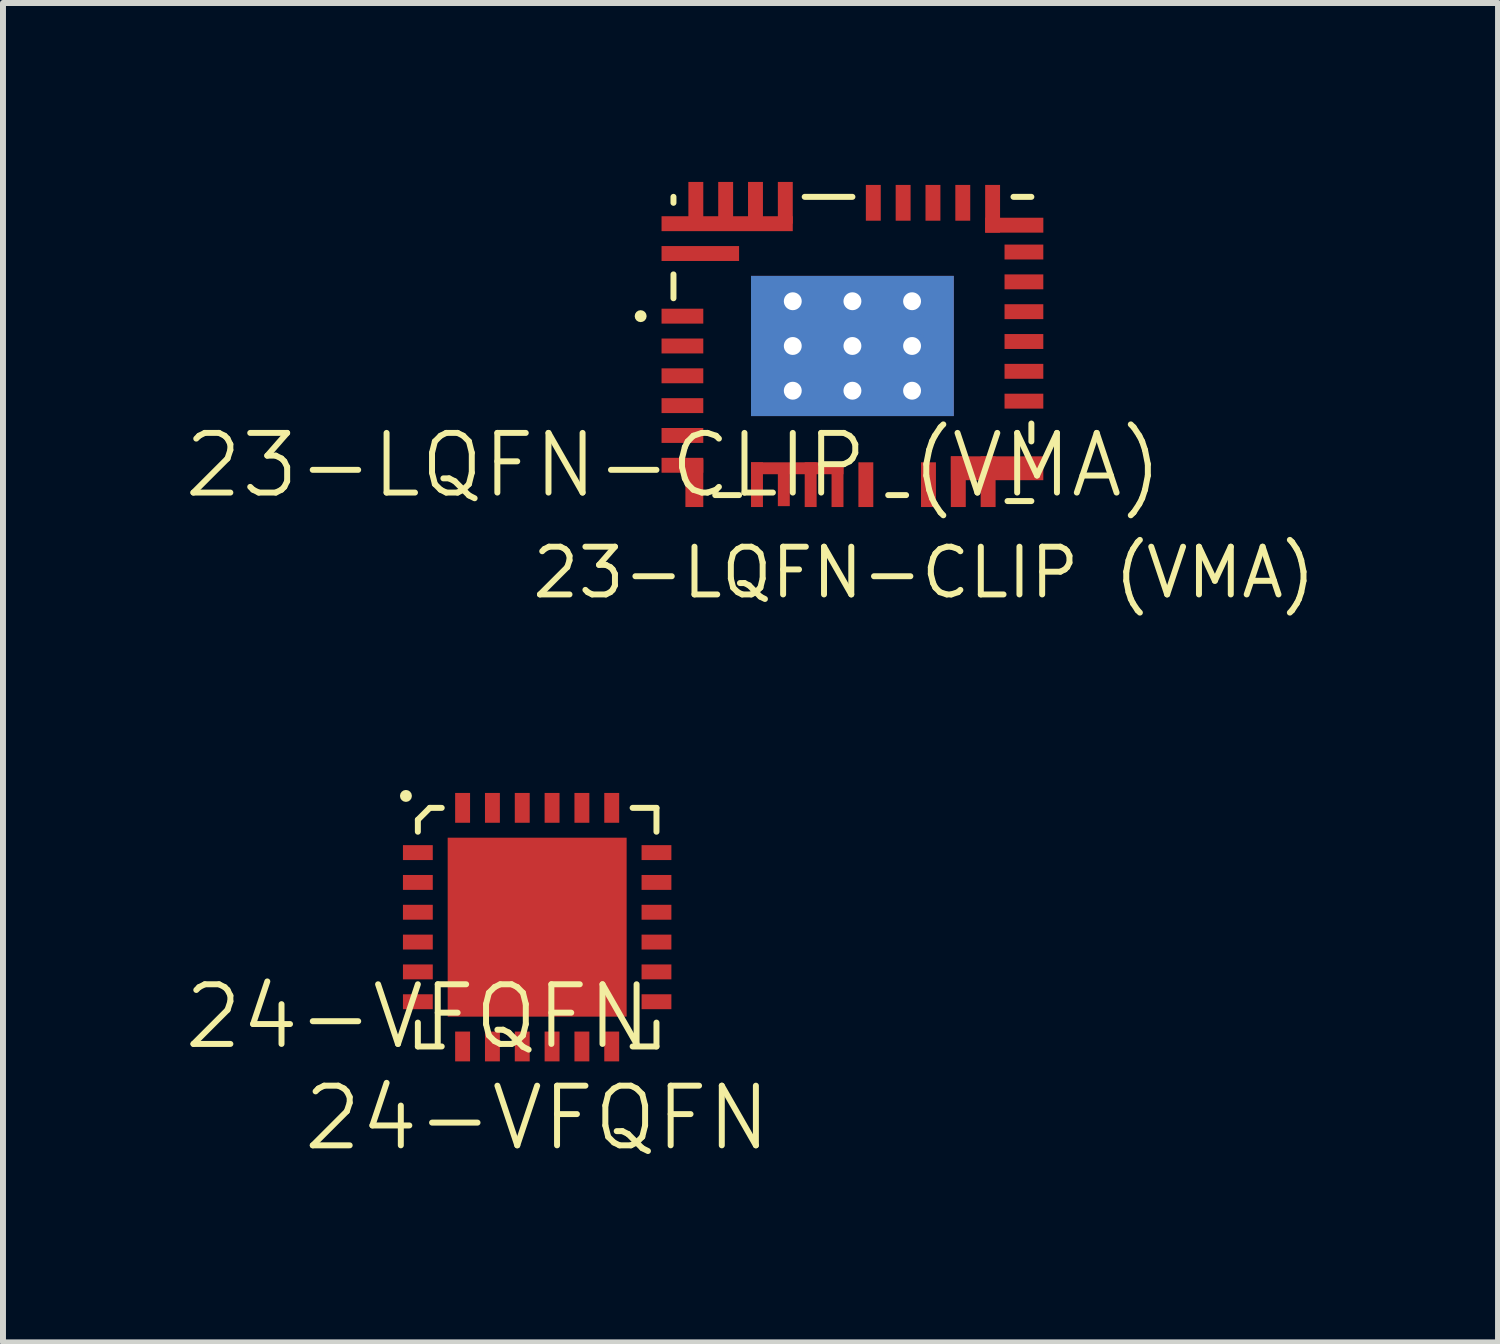
<source format=kicad_pcb>
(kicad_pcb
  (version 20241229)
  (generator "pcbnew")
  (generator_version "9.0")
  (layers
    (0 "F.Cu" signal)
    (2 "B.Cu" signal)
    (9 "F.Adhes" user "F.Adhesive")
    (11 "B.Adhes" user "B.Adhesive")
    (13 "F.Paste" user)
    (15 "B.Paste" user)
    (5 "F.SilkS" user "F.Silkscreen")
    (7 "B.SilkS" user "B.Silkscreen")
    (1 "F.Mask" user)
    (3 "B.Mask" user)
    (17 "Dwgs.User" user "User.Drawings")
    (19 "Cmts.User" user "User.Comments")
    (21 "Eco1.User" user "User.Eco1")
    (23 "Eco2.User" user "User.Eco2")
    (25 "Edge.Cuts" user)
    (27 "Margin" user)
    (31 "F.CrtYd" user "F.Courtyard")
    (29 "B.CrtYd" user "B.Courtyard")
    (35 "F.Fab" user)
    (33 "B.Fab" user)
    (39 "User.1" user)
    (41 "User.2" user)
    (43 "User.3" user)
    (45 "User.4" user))
  (footprint "24-VFQFN"
    (layer "F.Cu")
    (at 3.955 14.493)
    (property "Reference" "24-VFQFN" (at 0 -0.5 0) (unlocked yes) (layer "F.SilkS") (effects (font (size 1 1) (thickness 0.1))))
    (attr smd)
    (fp_line (start 0 -3.8) (end 0.2 -4) (stroke (width 0.1) (type default)) (layer "F.SilkS"))
    (fp_line (start 0 -3.6) (end 0 -3.8) (stroke (width 0.1) (type default)) (layer "F.SilkS"))
    (fp_line (start 0 0) (end 0 -0.4) (stroke (width 0.1) (type default)) (layer "F.SilkS"))
    (fp_line (start 0 0) (end 0.4 0) (stroke (width 0.1) (type default)) (layer "F.SilkS"))
    (fp_line (start 0.2 -4) (end 0.4 -4) (stroke (width 0.1) (type default)) (layer "F.SilkS"))
    (fp_line (start 3.6 -4) (end 4 -4) (stroke (width 0.1) (type default)) (layer "F.SilkS"))
    (fp_line (start 3.6 0) (end 4 0) (stroke (width 0.1) (type default)) (layer "F.SilkS"))
    (fp_line (start 4 -3.6) (end 4 -4) (stroke (width 0.1) (type default)) (layer "F.SilkS"))
    (fp_line (start 4 0) (end 4 -0.4) (stroke (width 0.1) (type default)) (layer "F.SilkS"))
    (fp_circle (center -0.2 -4.2) (end -0.15 -4.2) (stroke (width 0.1) (type solid)) (fill no) (layer "F.SilkS"))
    (fp_text user "${REFERENCE}" (at 2 1.2 0) (unlocked yes) (layer "F.SilkS") (effects (font (size 1 1) (thickness 0.1))))
    (pad "1" smd rect (at 0 -3.25) (size 0.5 0.25) (layers "F.Cu" "F.Mask" "F.Paste"))
    (pad "2" smd rect (at 0 -2.75) (size 0.5 0.25) (layers "F.Cu" "F.Mask" "F.Paste"))
    (pad "3" smd rect (at 0 -2.25) (size 0.5 0.25) (layers "F.Cu" "F.Mask" "F.Paste"))
    (pad "4" smd rect (at 0 -1.75) (size 0.5 0.25) (layers "F.Cu" "F.Mask" "F.Paste"))
    (pad "5" smd rect (at 0 -1.25) (size 0.5 0.25) (layers "F.Cu" "F.Mask" "F.Paste"))
    (pad "6" smd rect (at 0 -0.75) (size 0.5 0.25) (layers "F.Cu" "F.Mask" "F.Paste"))
    (pad "7" smd rect (at 0.75 0 270) (size 0.5 0.25) (layers "F.Cu" "F.Mask" "F.Paste"))
    (pad "8" smd rect (at 1.25 0 270) (size 0.5 0.25) (layers "F.Cu" "F.Mask" "F.Paste"))
    (pad "9" smd rect (at 1.75 0 270) (size 0.5 0.25) (layers "F.Cu" "F.Mask" "F.Paste"))
    (pad "10" smd rect (at 2.25 0 270) (size 0.5 0.25) (layers "F.Cu" "F.Mask" "F.Paste"))
    (pad "11" smd rect (at 2.75 0 270) (size 0.5 0.25) (layers "F.Cu" "F.Mask" "F.Paste"))
    (pad "12" smd rect (at 3.25 0 270) (size 0.5 0.25) (layers "F.Cu" "F.Mask" "F.Paste"))
    (pad "13" smd rect (at 4 -0.75) (size 0.5 0.25) (layers "F.Cu" "F.Mask" "F.Paste"))
    (pad "14" smd rect (at 4 -1.25) (size 0.5 0.25) (layers "F.Cu" "F.Mask" "F.Paste"))
    (pad "15" smd rect (at 4 -1.75) (size 0.5 0.25) (layers "F.Cu" "F.Mask" "F.Paste"))
    (pad "16" smd rect (at 4 -2.75) (size 0.5 0.25) (layers "F.Cu" "F.Mask" "F.Paste"))
    (pad "17" smd rect (at 4 -2.25) (size 0.5 0.25) (layers "F.Cu" "F.Mask" "F.Paste"))
    (pad "18" smd rect (at 4 -3.25) (size 0.5 0.25) (layers "F.Cu" "F.Mask" "F.Paste"))
    (pad "19" smd rect (at 3.25 -4 270) (size 0.5 0.25) (layers "F.Cu" "F.Mask" "F.Paste"))
    (pad "20" smd rect (at 2.75 -4 270) (size 0.5 0.25) (layers "F.Cu" "F.Mask" "F.Paste"))
    (pad "21" smd rect (at 2.25 -4 270) (size 0.5 0.25) (layers "F.Cu" "F.Mask" "F.Paste"))
    (pad "22" smd rect (at 1.75 -4 270) (size 0.5 0.25) (layers "F.Cu" "F.Mask" "F.Paste"))
    (pad "23" smd rect (at 1.25 -4 270) (size 0.5 0.25) (layers "F.Cu" "F.Mask" "F.Paste"))
    (pad "24" smd rect (at 0.75 -4 270) (size 0.5 0.25) (layers "F.Cu" "F.Mask" "F.Paste"))
    (pad "Shield" smd rect (at 2 -2) (size 3 3) (layers "F.Cu" "F.Mask" "F.Paste")))
  (footprint "23-LQFN-CLIP (VMA)"
    (layer "F.Cu")
    (at 8.24 5.25)
    (property "Reference" "23-LQFN-CLIP (VMA)" (at 0 -0.5 0) (unlocked yes) (layer "F.SilkS") (effects (font (size 1 1) (thickness 0.1))))
    (attr smd)
    (fp_line (start 0 -4.9) (end 0 -5) (stroke (width 0.1) (type default)) (layer "F.SilkS"))
    (fp_line (start 0 -3.3) (end 0 -3.7) (stroke (width 0.1) (type default)) (layer "F.SilkS"))
    (fp_line (start 0.7 0) (end 1.1 0) (stroke (width 0.1) (type default)) (layer "F.SilkS"))
    (fp_line (start 2.2 -5) (end 3 -5) (stroke (width 0.1) (type default)) (layer "F.SilkS"))
    (fp_line (start 3.6 0) (end 3.9 0) (stroke (width 0.1) (type default)) (layer "F.SilkS"))
    (fp_line (start 5.6 0.1) (end 6 0.1) (stroke (width 0.1) (type default)) (layer "F.SilkS"))
    (fp_line (start 5.7 -5) (end 6 -5) (stroke (width 0.1) (type default)) (layer "F.SilkS"))
    (fp_line (start 6 -0.9) (end 6 -1.2) (stroke (width 0.1) (type default)) (layer "F.SilkS"))
    (fp_circle (center -0.55 -3) (end -0.5 -3) (stroke (width 0.1) (type default)) (fill no) (layer "F.SilkS"))
    (fp_text user "${REFERENCE}" (at 4.2 1.3 0) (unlocked yes) (layer "F.SilkS") (effects (font (size 0.8 0.8) (thickness 0.1))))
    (pad "1" smd rect (at 0.15 -3 90) (size 0.25 0.7) (layers "F.Cu" "F.Mask" "F.Paste"))
    (pad "1" smd rect (at 4.775 -0.225 180) (size 0.25 0.85) (layers "F.Cu" "F.Mask" "F.Paste"))
    (pad "1" smd rect (at 5.275 -0.225 180) (size 0.25 0.85) (layers "F.Cu" "F.Mask" "F.Paste"))
    (pad "2" smd rect (at 0.15 -2.5 90) (size 0.25 0.7) (layers "F.Cu" "F.Mask" "F.Paste"))
    (pad "3" smd rect (at 0.15 -2 90) (size 0.25 0.7) (layers "F.Cu" "F.Mask" "F.Paste"))
    (pad "4" smd rect (at 0.15 -1.5 90) (size 0.25 0.7) (layers "F.Cu" "F.Mask" "F.Paste"))
    (pad "5" smd rect (at 0.15 -1 90) (size 0.25 0.7) (layers "F.Cu" "F.Mask" "F.Paste"))
    (pad "6" smd rect (at 0.15 -0.5 90) (size 0.25 0.7) (layers "F.Cu" "F.Mask" "F.Paste"))
    (pad "6" smd rect (at 0.35 -0.2 180) (size 0.3 0.8) (layers "F.Cu" "F.Mask" "F.Paste"))
    (pad "7" smd rect (at 1.4 -0.175 180) (size 0.2 0.75) (layers "F.Cu" "F.Mask" "F.Paste"))
    (pad "7" smd rect (at 1.85 -0.175 180) (size 0.2 0.72) (layers "F.Cu" "F.Mask" "F.Paste"))
    (pad "7" smd rect (at 2.075 -0.45 90) (size 0.2 1.55) (layers "F.Cu" "F.Mask" "F.Paste"))
    (pad "7" smd rect (at 2.3 -0.175 180) (size 0.2 0.75) (layers "F.Cu" "F.Mask" "F.Paste"))
    (pad "7" smd rect (at 2.75 -0.175 180) (size 0.2 0.75) (layers "F.Cu" "F.Mask" "F.Paste"))
    (pad "8" smd rect (at 3.225 -0.175 180) (size 0.25 0.75) (layers "F.Cu" "F.Mask" "F.Paste"))
    (pad "9" smd rect (at 4.275 -0.175 180) (size 0.25 0.75) (layers "F.Cu" "F.Mask" "F.Paste"))
    (pad "10" smd rect (at 5.425 -0.45 270) (size 0.4 1.55) (layers "F.Cu" "F.Mask" "F.Paste"))
    (pad "11" smd rect (at 5.875 -1.575 270) (size 0.25 0.65) (layers "F.Cu" "F.Mask" "F.Paste"))
    (pad "12" smd rect (at 5.875 -2.075 270) (size 0.25 0.65) (layers "F.Cu" "F.Mask" "F.Paste"))
    (pad "13" smd rect (at 5.875 -2.575 270) (size 0.25 0.65) (layers "F.Cu" "F.Mask" "F.Paste"))
    (pad "14" smd rect (at 5.875 -3.075 270) (size 0.25 0.65) (layers "F.Cu" "F.Mask" "F.Paste"))
    (pad "15" smd rect (at 5.875 -3.575 270) (size 0.25 0.65) (layers "F.Cu" "F.Mask" "F.Paste"))
    (pad "16" smd rect (at 5.875 -4.075 270) (size 0.25 0.65) (layers "F.Cu" "F.Mask" "F.Paste"))
    (pad "17" smd rect (at 5.35 -4.8 180) (size 0.25 0.8) (layers "F.Cu" "F.Mask" "F.Paste"))
    (pad "17" smd rect (at 5.713 -4.525 270) (size 0.25 0.975) (layers "F.Cu" "F.Mask" "F.Paste"))
    (pad "18" smd rect (at 4.85 -4.9 180) (size 0.25 0.6) (layers "F.Cu" "F.Mask" "F.Paste"))
    (pad "19" smd rect (at 4.35 -4.9 180) (size 0.25 0.6) (layers "F.Cu" "F.Mask" "F.Paste"))
    (pad "20" smd rect (at 3.85 -4.9 180) (size 0.25 0.6) (layers "F.Cu" "F.Mask" "F.Paste"))
    (pad "21" smd rect (at 3.35 -4.9 180) (size 0.25 0.6) (layers "F.Cu" "F.Mask" "F.Paste"))
    (pad "22" smd rect (at 0.375 -4.9 180) (size 0.25 0.7) (layers "F.Cu" "F.Mask" "F.Paste"))
    (pad "22" smd rect (at 0.875 -4.9 180) (size 0.25 0.7) (layers "F.Cu" "F.Mask" "F.Paste"))
    (pad "22" smd rect (at 0.9 -4.55 90) (size 0.25 2.2) (layers "F.Cu" "F.Mask" "F.Paste"))
    (pad "22" smd rect (at 1.375 -4.9 180) (size 0.25 0.7) (layers "F.Cu" "F.Mask" "F.Paste"))
    (pad "22" smd rect (at 1.875 -4.9 180) (size 0.25 0.7) (layers "F.Cu" "F.Mask" "F.Paste"))
    (pad "23" smd rect (at 0.45 -4.05 90) (size 0.25 1.3) (layers "F.Cu" "F.Mask" "F.Paste"))
    (pad "24" thru_hole circle (at 2 -3.25) (size 0.5 0.5) (drill 0.3) (layers "*.Cu" "*.Mask"))
    (pad "24" thru_hole circle (at 2 -2.5) (size 0.5 0.5) (drill 0.3) (layers "*.Cu" "*.Mask"))
    (pad "24" thru_hole circle (at 2 -1.75) (size 0.5 0.5) (drill 0.3) (layers "*.Cu" "*.Mask"))
    (pad "24" thru_hole circle (at 3 -3.25) (size 0.5 0.5) (drill 0.3) (layers "*.Cu" "*.Mask"))
    (pad "24" thru_hole circle (at 3 -2.5) (size 0.5 0.5) (drill 0.3) (layers "*.Cu" "*.Mask"))
    (pad "24" smd rect (at 3 -2.5) (size 3.4 2.35) (layers "F.Cu" "F.Mask" "F.Paste"))
    (pad "24" smd rect (at 3 -2.5) (size 3.4 2.35) (layers "B.Cu" "B.Mask" "B.Paste"))
    (pad "24" thru_hole circle (at 3 -1.75) (size 0.5 0.5) (drill 0.3) (layers "*.Cu" "*.Mask"))
    (pad "24" thru_hole circle (at 4 -3.25) (size 0.5 0.5) (drill 0.3) (layers "*.Cu" "*.Mask"))
    (pad "24" thru_hole circle (at 4 -2.5) (size 0.5 0.5) (drill 0.3) (layers "*.Cu" "*.Mask"))
    (pad "24" thru_hole circle (at 4 -1.75) (size 0.5 0.5) (drill 0.3) (layers "*.Cu" "*.Mask")))
  (gr_rect
    (start -3 -3)
    (end 22.063 19.454)
    (stroke (width 0.1) (type default))
    (fill no)
    (layer "Edge.Cuts")))
</source>
